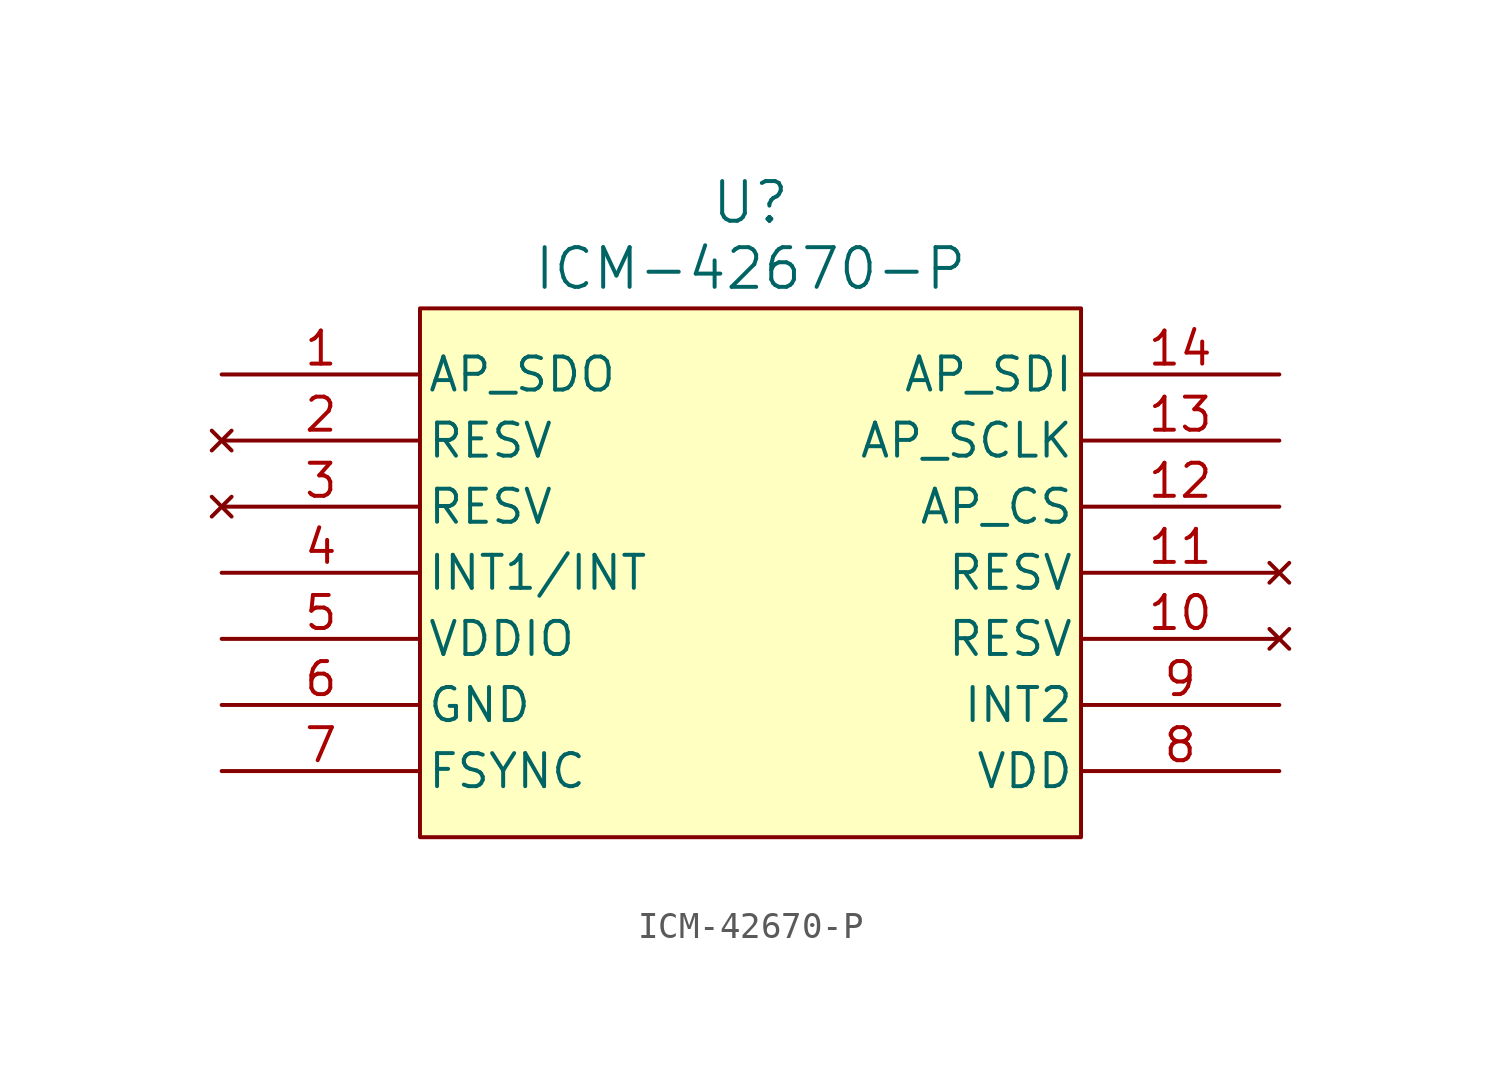
<source format=kicad_sym>
(kicad_symbol_lib
  (version 20241209)
  (generator "kicad_symbol_editor")
  (generator_version "9.0")
  (symbol "ICM-42670-P"
    (pin_names
      (offset 0.254))
    (property "Reference" "U"
      (at 12.7 4.064 0)
      (effects (font (size 1.524 1.524))))
    (property "Value" "ICM-42670-P"
      (at 12.7 1.524 0)
      (effects (font (size 1.524 1.524))))
    (property "ki_locked" ""
      (at 0 0 0)
      (effects (font (size 1.27 1.27))))
    (symbol "ICM-42670-P_0_1"
      (pin no_connect line (at -7.62 -5.08 0) (length 7.62) (name "RESV" (effects (font (size 1.27 1.27)))) (number "2" (effects (font (size 1.27 1.27)))))
      (pin no_connect line (at -7.62 -7.62 0) (length 7.62) (name "RESV" (effects (font (size 1.27 1.27)))) (number "3" (effects (font (size 1.27 1.27)))))
      (pin output line (at -7.62 -10.16 0) (length 7.62) (name "INT1/INT" (effects (font (size 1.27 1.27)))) (number "4" (effects (font (size 1.27 1.27)))))
      (pin power_in line (at -7.62 -12.7 0) (length 7.62) (name "VDDIO" (effects (font (size 1.27 1.27)))) (number "5" (effects (font (size 1.27 1.27)))))
      (pin power_out line (at -7.62 -15.24 0) (length 7.62) (name "GND" (effects (font (size 1.27 1.27)))) (number "6" (effects (font (size 1.27 1.27)))))
      (pin input line (at -7.62 -17.78 0) (length 7.62) (name "FSYNC" (effects (font (size 1.27 1.27)))) (number "7" (effects (font (size 1.27 1.27)))))
      (pin input line (at 33.02 -7.62 180) (length 7.62) (name "AP_CS" (effects (font (size 1.27 1.27)))) (number "12" (effects (font (size 1.27 1.27)))))
      (pin no_connect line (at 33.02 -10.16 180) (length 7.62) (name "RESV" (effects (font (size 1.27 1.27)))) (number "11" (effects (font (size 1.27 1.27)))))
      (pin no_connect line (at 33.02 -12.7 180) (length 7.62) (name "RESV" (effects (font (size 1.27 1.27)))) (number "10" (effects (font (size 1.27 1.27)))))
      (pin output line (at 33.02 -15.24 180) (length 7.62) (name "INT2" (effects (font (size 1.27 1.27)))) (number "9" (effects (font (size 1.27 1.27))))))
    (symbol "ICM-42670-P_1_1"
      (rectangle (start 0 0) (end 25.4 -20.32) (stroke (width 0) (type default)) (fill (type color) (color 255 255 194 1)))
      (pin bidirectional line (at -7.62 -2.54 0) (length 7.62) (name "AP_SDO" (effects (font (size 1.27 1.27)))) (number "1" (effects (font (size 1.27 1.27)))))
      (pin bidirectional line (at 33.02 -2.54 180) (length 7.62) (name "AP_SDI" (effects (font (size 1.27 1.27)))) (number "14" (effects (font (size 1.27 1.27)))))
      (pin bidirectional line (at 33.02 -5.08 180) (length 7.62) (name "AP_SCLK" (effects (font (size 1.27 1.27)))) (number "13" (effects (font (size 1.27 1.27)))))
      (pin input line (at 33.02 -17.78 180) (length 7.62) (name "VDD" (effects (font (size 1.27 1.27)))) (number "8" (effects (font (size 1.27 1.27))))))))
</source>
